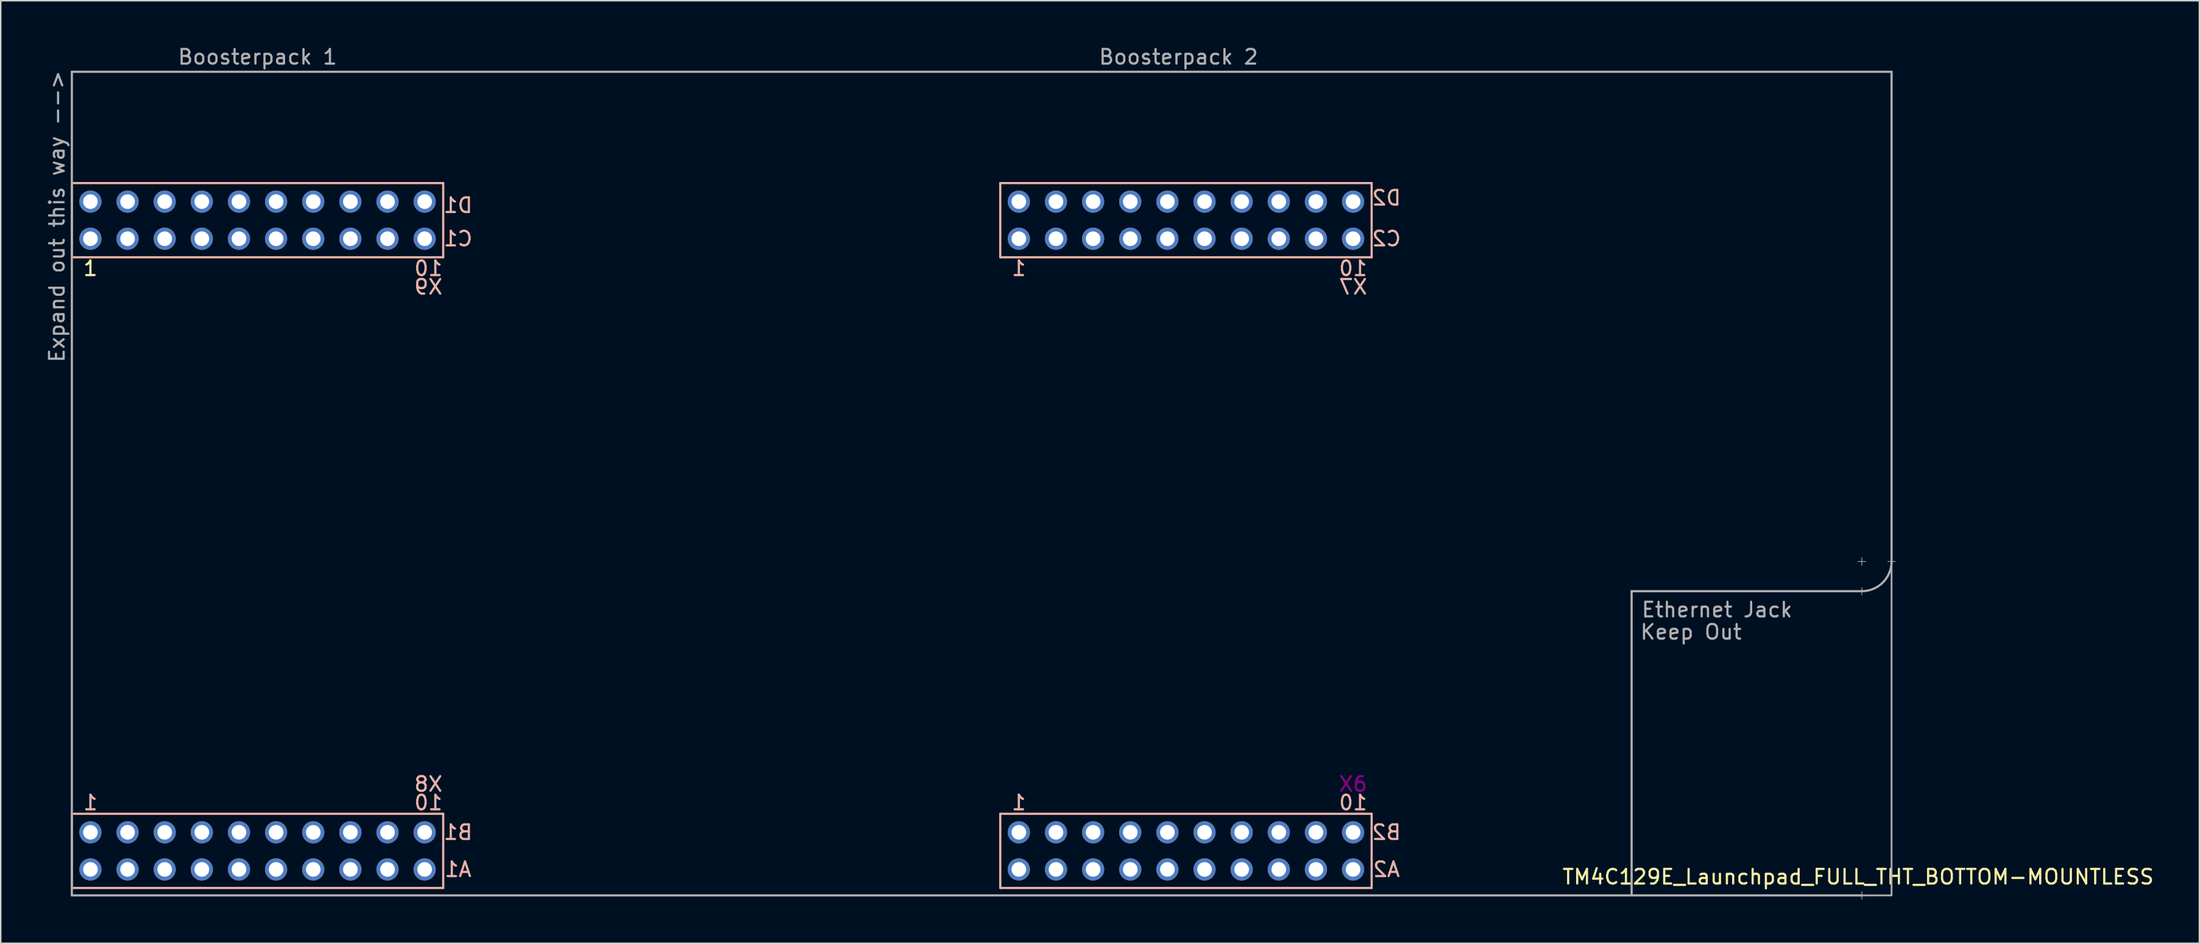
<source format=kicad_pcb>
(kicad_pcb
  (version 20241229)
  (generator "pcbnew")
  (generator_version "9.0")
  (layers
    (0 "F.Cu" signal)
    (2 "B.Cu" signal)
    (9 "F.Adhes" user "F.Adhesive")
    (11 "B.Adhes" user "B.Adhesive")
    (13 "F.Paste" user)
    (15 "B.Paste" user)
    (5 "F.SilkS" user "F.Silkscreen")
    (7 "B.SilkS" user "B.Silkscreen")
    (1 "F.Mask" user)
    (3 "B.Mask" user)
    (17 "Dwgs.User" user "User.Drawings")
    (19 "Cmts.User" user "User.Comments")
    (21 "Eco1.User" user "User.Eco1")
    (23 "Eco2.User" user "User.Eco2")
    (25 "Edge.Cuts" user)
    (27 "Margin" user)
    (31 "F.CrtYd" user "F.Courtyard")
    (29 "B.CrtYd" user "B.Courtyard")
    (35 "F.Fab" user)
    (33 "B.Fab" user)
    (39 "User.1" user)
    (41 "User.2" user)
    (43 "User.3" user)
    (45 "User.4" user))
  (footprint "TM4C129E_Launchpad_FULL_THT_BOTTOM-MOUNTLESS"
    (layer "F.Cu")
    (at 1.864 57.744)
    (property "Reference" "TM4C129E_Launchpad_FULL_THT_BOTTOM-MOUNTLESS" (at 122.174 -0.762 180) (layer "F.SilkS") (effects (font (size 1 1) (thickness 0.15))))
    (attr through_hole)
    (fp_line (start 0 -48.26) (end 0 -43.18) (stroke (width 0.15) (type solid)) (layer "B.SilkS"))
    (fp_line (start 0 -43.18) (end 25.4 -43.18) (stroke (width 0.15) (type solid)) (layer "B.SilkS"))
    (fp_line (start 0 -5.08) (end 0 0) (stroke (width 0.15) (type solid)) (layer "B.SilkS"))
    (fp_line (start 0 0) (end 25.4 0) (stroke (width 0.15) (type solid)) (layer "B.SilkS"))
    (fp_line (start 25.4 -48.26) (end 0 -48.26) (stroke (width 0.15) (type solid)) (layer "B.SilkS"))
    (fp_line (start 25.4 -43.18) (end 25.4 -48.26) (stroke (width 0.15) (type solid)) (layer "B.SilkS"))
    (fp_line (start 25.4 -5.08) (end 0 -5.08) (stroke (width 0.15) (type solid)) (layer "B.SilkS"))
    (fp_line (start 25.4 0) (end 25.4 -5.08) (stroke (width 0.15) (type solid)) (layer "B.SilkS"))
    (fp_line (start 63.5 -48.26) (end 63.5 -43.18) (stroke (width 0.15) (type solid)) (layer "B.SilkS"))
    (fp_line (start 63.5 -43.18) (end 88.9 -43.18) (stroke (width 0.15) (type solid)) (layer "B.SilkS"))
    (fp_line (start 63.5 -5.08) (end 63.5 0) (stroke (width 0.15) (type solid)) (layer "B.SilkS"))
    (fp_line (start 63.5 0) (end 88.9 0) (stroke (width 0.15) (type solid)) (layer "B.SilkS"))
    (fp_line (start 88.9 -48.26) (end 63.5 -48.26) (stroke (width 0.15) (type solid)) (layer "B.SilkS"))
    (fp_line (start 88.9 -43.18) (end 88.9 -48.26) (stroke (width 0.15) (type solid)) (layer "B.SilkS"))
    (fp_line (start 88.9 -5.08) (end 63.5 -5.08) (stroke (width 0.15) (type solid)) (layer "B.SilkS"))
    (fp_line (start 88.9 0) (end 88.9 -5.08) (stroke (width 0.15) (type solid)) (layer "B.SilkS"))
    (fp_line (start 0 -55.88) (end 0 0.508) (stroke (width 0.15) (type solid)) (layer "F.Fab"))
    (fp_line (start 0 -55.88) (end 124.46 -55.88) (stroke (width 0.15) (type solid)) (layer "F.Fab"))
    (fp_line (start 0 0.508) (end 122.428 0.508) (stroke (width 0.15) (type solid)) (layer "F.Fab"))
    (fp_line (start 106.68 -20.32) (end 106.68 0.508) (stroke (width 0.15) (type solid)) (layer "F.Fab"))
    (fp_line (start 122.174 -22.352) (end 122.682 -22.352) (stroke (width 0.05) (type solid)) (layer "F.Fab"))
    (fp_line (start 122.428 -22.606) (end 122.428 -22.098) (stroke (width 0.05) (type solid)) (layer "F.Fab"))
    (fp_line (start 122.428 -20.574) (end 122.428 -20.066) (stroke (width 0.05) (type solid)) (layer "F.Fab"))
    (fp_line (start 122.428 -20.32) (end 106.68 -20.32) (stroke (width 0.15) (type solid)) (layer "F.Fab"))
    (fp_line (start 122.428 0.254) (end 122.428 0.762) (stroke (width 0.05) (type solid)) (layer "F.Fab"))
    (fp_line (start 124.206 -22.352) (end 124.714 -22.352) (stroke (width 0.05) (type solid)) (layer "F.Fab"))
    (fp_line (start 124.46 -55.88) (end 124.46 -22.352) (stroke (width 0.15) (type solid)) (layer "F.Fab"))
    (fp_line (start 124.46 -22.352) (end 124.46 0.508) (stroke (width 0.12) (type solid)) (layer "F.Fab"))
    (fp_line (start 124.46 0.508) (end 122.428 0.508) (stroke (width 0.12) (type solid)) (layer "F.Fab"))
    (fp_arc (start 124.46 -22.352) (mid 123.864841 -20.915159) (end 122.428 -20.32) (stroke (width 0.15) (type solid)) (layer "F.Fab"))
    (fp_text user "1" (at 1.27 -42.418 180) (layer "F.SilkS") (effects (font (size 1 1) (thickness 0.15))))
    (fp_text user "10" (at 87.63 -5.842 180) (layer "B.SilkS") (effects (font (size 1 1) (thickness 0.15)) (justify mirror)))
    (fp_text user "X7" (at 87.63 -41.148 180) (layer "B.SilkS") (effects (font (size 1 1) (thickness 0.15)) (justify mirror)))
    (fp_text user "B1" (at 26.416 -3.81 180) (layer "B.SilkS") (effects (font (size 1 1) (thickness 0.15)) (justify mirror)))
    (fp_text user "A2" (at 89.916 -1.27 180) (layer "B.SilkS") (effects (font (size 1 1) (thickness 0.15)) (justify mirror)))
    (fp_text user "1" (at 64.77 -5.842 180) (layer "B.SilkS") (effects (font (size 1 1) (thickness 0.15)) (justify mirror)))
    (fp_text user "D1" (at 26.416 -46.736 180) (layer "B.SilkS") (effects (font (size 1 1) (thickness 0.15)) (justify mirror)))
    (fp_text user "10" (at 87.63 -42.418 180) (layer "B.SilkS") (effects (font (size 1 1) (thickness 0.15)) (justify mirror)))
    (fp_text user "A1" (at 26.416 -1.27 180) (layer "B.SilkS") (effects (font (size 1 1) (thickness 0.15)) (justify mirror)))
    (fp_text user "X9" (at 24.384 -41.148 180) (layer "B.SilkS") (effects (font (size 1 1) (thickness 0.15)) (justify mirror)))
    (fp_text user "10" (at 24.384 -5.842 180) (layer "B.SilkS") (effects (font (size 1 1) (thickness 0.15)) (justify mirror)))
    (fp_text user "B2" (at 89.916 -3.81 180) (layer "B.SilkS") (effects (font (size 1 1) (thickness 0.15)) (justify mirror)))
    (fp_text user "1" (at 1.27 -5.842 180) (layer "B.SilkS") (effects (font (size 1 1) (thickness 0.15)) (justify mirror)))
    (fp_text user "C2" (at 89.916 -44.45 180) (layer "B.SilkS") (effects (font (size 1 1) (thickness 0.15)) (justify mirror)))
    (fp_text user "1" (at 64.77 -42.418 180) (layer "B.SilkS") (effects (font (size 1 1) (thickness 0.15)) (justify mirror)))
    (fp_text user "C1" (at 26.416 -44.45 180) (layer "B.SilkS") (effects (font (size 1 1) (thickness 0.15)) (justify mirror)))
    (fp_text user "X8" (at 24.384 -7.112 180) (layer "B.SilkS") (effects (font (size 1 1) (thickness 0.15)) (justify mirror)))
    (fp_text user "D2" (at 89.916 -47.244 0) (layer "B.SilkS") (effects (font (size 1 1) (thickness 0.15)) (justify mirror)))
    (fp_text user "10" (at 24.384 -42.418 180) (layer "B.SilkS") (effects (font (size 1 1) (thickness 0.15)) (justify mirror)))
    (fp_text user "X6" (at 87.63 -7.112 0) (layer "F.Adhes") (effects (font (size 1 1) (thickness 0.15))))
    (fp_text user "Expand out this way -->" (at -1.016 -45.974 90) (layer "F.Fab") (effects (font (size 1 1) (thickness 0.15))))
    (fp_text user "Boosterpack 2" (at 75.692 -56.896 0) (layer "F.Fab") (effects (font (size 1 1) (thickness 0.15))))
    (fp_text user "Keep Out" (at 110.744 -17.526 0) (layer "F.Fab") (effects (font (size 1 1) (thickness 0.15))))
    (fp_text user "Ethernet Jack" (at 112.522 -19.05 0) (layer "F.Fab") (effects (font (size 1 1) (thickness 0.15))))
    (fp_text user "Boosterpack 1" (at 12.7 -56.896 0) (layer "F.Fab") (effects (font (size 1 1) (thickness 0.15))))
    (pad "+3V3" thru_hole circle (at 1.27 -1.27 180) (size 1.52 1.52) (drill 1) (layers "*.Cu" "*.Mask" "F.Paste"))
    (pad "+3V3`" thru_hole circle (at 64.77 -1.27 180) (size 1.52 1.52) (drill 1) (layers "*.Cu" "*.Mask" "F.Paste"))
    (pad "+5V" thru_hole circle (at 1.27 -3.81 180) (size 1.52 1.52) (drill 1) (layers "*.Cu" "*.Mask" "F.Paste"))
    (pad "+5V`" thru_hole circle (at 64.77 -3.81 180) (size 1.52 1.52) (drill 1) (layers "*.Cu" "*.Mask" "F.Paste"))
    (pad "GND" thru_hole circle (at 1.27 -46.99 180) (size 1.52 1.52) (drill 1) (layers "*.Cu" "*.Mask" "F.Paste"))
    (pad "GND" thru_hole circle (at 3.81 -3.81 180) (size 1.52 1.52) (drill 1) (layers "*.Cu" "*.Mask" "F.Paste"))
    (pad "GND" thru_hole circle (at 64.77 -46.99 180) (size 1.52 1.52) (drill 1) (layers "*.Cu" "*.Mask" "F.Paste"))
    (pad "GND" thru_hole circle (at 67.31 -3.81 180) (size 1.52 1.52) (drill 1) (layers "*.Cu" "*.Mask" "F.Paste"))
    (pad "PA4" thru_hole circle (at 85.09 -3.81 180) (size 1.52 1.52) (drill 1) (layers "*.Cu" "*.Mask" "F.Paste"))
    (pad "PA5" thru_hole circle (at 87.63 -3.81 180) (size 1.52 1.52) (drill 1) (layers "*.Cu" "*.Mask" "F.Paste"))
    (pad "PA6" thru_hole circle (at 19.05 -3.81 180) (size 1.52 1.52) (drill 1) (layers "*.Cu" "*.Mask" "F.Paste"))
    (pad "PA7" thru_hole circle (at 72.39 -46.99 180) (size 1.52 1.52) (drill 1) (layers "*.Cu" "*.Mask" "F.Paste"))
    (pad "PB2" thru_hole circle (at 21.59 -1.27 180) (size 1.52 1.52) (drill 1) (layers "*.Cu" "*.Mask" "F.Paste"))
    (pad "PB3" thru_hole circle (at 24.13 -1.27 180) (size 1.52 1.52) (drill 1) (layers "*.Cu" "*.Mask" "F.Paste"))
    (pad "PB4" thru_hole circle (at 69.85 -3.81 180) (size 1.52 1.52) (drill 1) (layers "*.Cu" "*.Mask" "F.Paste"))
    (pad "PB5" thru_hole circle (at 72.39 -3.81 180) (size 1.52 1.52) (drill 1) (layers "*.Cu" "*.Mask" "F.Paste"))
    (pad "PC4" thru_hole circle (at 6.35 -1.27 180) (size 1.52 1.52) (drill 1) (layers "*.Cu" "*.Mask" "F.Paste"))
    (pad "PC5" thru_hole circle (at 8.89 -1.27 180) (size 1.52 1.52) (drill 1) (layers "*.Cu" "*.Mask" "F.Paste"))
    (pad "PC6" thru_hole circle (at 11.43 -1.27 180) (size 1.52 1.52) (drill 1) (layers "*.Cu" "*.Mask" "F.Paste"))
    (pad "PC7" thru_hole circle (at 19.05 -1.27 180) (size 1.52 1.52) (drill 1) (layers "*.Cu" "*.Mask" "F.Paste"))
    (pad "PD0" thru_hole circle (at 16.51 -46.99 180) (size 1.52 1.52) (drill 1) (layers "*.Cu" "*.Mask" "F.Paste"))
    (pad "PD1" thru_hole circle (at 13.97 -46.99 180) (size 1.52 1.52) (drill 1) (layers "*.Cu" "*.Mask" "F.Paste"))
    (pad "PD2" thru_hole circle (at 67.31 -1.27 180) (size 1.52 1.52) (drill 1) (layers "*.Cu" "*.Mask" "F.Paste"))
    (pad "PD3" thru_hole circle (at 16.51 -1.27 180) (size 1.52 1.52) (drill 1) (layers "*.Cu" "*.Mask" "F.Paste"))
    (pad "PD4" thru_hole circle (at 74.93 -1.27 180) (size 1.52 1.52) (drill 1) (layers "*.Cu" "*.Mask" "F.Paste"))
    (pad "PD5" thru_hole circle (at 77.47 -1.27 180) (size 1.52 1.52) (drill 1) (layers "*.Cu" "*.Mask" "F.Paste"))
    (pad "PD7" thru_hole circle (at 16.51 -3.81 180) (size 1.52 1.52) (drill 1) (layers "*.Cu" "*.Mask" "F.Paste"))
    (pad "PE0" thru_hole circle (at 6.35 -3.81 180) (size 1.52 1.52) (drill 1) (layers "*.Cu" "*.Mask" "F.Paste"))
    (pad "PE1" thru_hole circle (at 8.89 -3.81 180) (size 1.52 1.52) (drill 1) (layers "*.Cu" "*.Mask" "F.Paste"))
    (pad "PE2" thru_hole circle (at 11.43 -3.81 180) (size 1.52 1.52) (drill 1) (layers "*.Cu" "*.Mask" "F.Paste"))
    (pad "PE3" thru_hole circle (at 13.97 -3.81 180) (size 1.52 1.52) (drill 1) (layers "*.Cu" "*.Mask" "F.Paste"))
    (pad "PE4" thru_hole circle (at 3.81 -1.27 180) (size 1.52 1.52) (drill 1) (layers "*.Cu" "*.Mask" "F.Paste"))
    (pad "PE5" thru_hole circle (at 13.97 -1.27 180) (size 1.52 1.52) (drill 1) (layers "*.Cu" "*.Mask" "F.Paste"))
    (pad "PF1" thru_hole circle (at 1.27 -44.45 180) (size 1.52 1.52) (drill 1) (layers "*.Cu" "*.Mask" "F.Paste"))
    (pad "PF2" thru_hole circle (at 3.81 -44.45 180) (size 1.52 1.52) (drill 1) (layers "*.Cu" "*.Mask" "F.Paste"))
    (pad "PF3" thru_hole circle (at 6.35 -44.45 180) (size 1.52 1.52) (drill 1) (layers "*.Cu" "*.Mask" "F.Paste"))
    (pad "PG0" thru_hole circle (at 8.89 -44.45 180) (size 1.52 1.52) (drill 1) (layers "*.Cu" "*.Mask" "F.Paste"))
    (pad "PG1" thru_hole circle (at 64.77 -44.45 180) (size 1.52 1.52) (drill 1) (layers "*.Cu" "*.Mask" "F.Paste"))
    (pad "PH0" thru_hole circle (at 80.01 -44.45 180) (size 1.52 1.52) (drill 1) (layers "*.Cu" "*.Mask" "F.Paste"))
    (pad "PH1" thru_hole circle (at 82.55 -44.45 180) (size 1.52 1.52) (drill 1) (layers "*.Cu" "*.Mask" "F.Paste"))
    (pad "PH2" thru_hole circle (at 6.35 -46.99 180) (size 1.52 1.52) (drill 1) (layers "*.Cu" "*.Mask" "F.Paste"))
    (pad "PH3" thru_hole circle (at 8.89 -46.99 180) (size 1.52 1.52) (drill 1) (layers "*.Cu" "*.Mask" "F.Paste"))
    (pad "PK0" thru_hole circle (at 74.93 -3.81 180) (size 1.52 1.52) (drill 1) (layers "*.Cu" "*.Mask" "F.Paste"))
    (pad "PK1" thru_hole circle (at 77.47 -3.81 180) (size 1.52 1.52) (drill 1) (layers "*.Cu" "*.Mask" "F.Paste"))
    (pad "PK2" thru_hole circle (at 80.01 -3.81 180) (size 1.52 1.52) (drill 1) (layers "*.Cu" "*.Mask" "F.Paste"))
    (pad "PK3" thru_hole circle (at 82.55 -3.81 180) (size 1.52 1.52) (drill 1) (layers "*.Cu" "*.Mask" "F.Paste"))
    (pad "PK4" thru_hole circle (at 67.31 -44.45 180) (size 1.52 1.52) (drill 1) (layers "*.Cu" "*.Mask" "F.Paste"))
    (pad "PK5" thru_hole circle (at 69.85 -44.45 180) (size 1.52 1.52) (drill 1) (layers "*.Cu" "*.Mask" "F.Paste"))
    (pad "PK6" thru_hole circle (at 85.09 -44.45 180) (size 1.52 1.52) (drill 1) (layers "*.Cu" "*.Mask" "F.Paste"))
    (pad "PK7" thru_hole circle (at 87.63 -44.45 180) (size 1.52 1.52) (drill 1) (layers "*.Cu" "*.Mask" "F.Paste"))
    (pad "PL0" thru_hole circle (at 16.51 -44.45 180) (size 1.52 1.52) (drill 1) (layers "*.Cu" "*.Mask" "F.Paste"))
    (pad "PL1" thru_hole circle (at 19.05 -44.45 180) (size 1.52 1.52) (drill 1) (layers "*.Cu" "*.Mask" "F.Paste"))
    (pad "PL2" thru_hole circle (at 21.59 -44.45 180) (size 1.52 1.52) (drill 1) (layers "*.Cu" "*.Mask" "F.Paste"))
    (pad "PL3" thru_hole circle (at 24.13 -44.45 180) (size 1.52 1.52) (drill 1) (layers "*.Cu" "*.Mask" "F.Paste"))
    (pad "PL4" thru_hole circle (at 11.43 -44.45 180) (size 1.52 1.52) (drill 1) (layers "*.Cu" "*.Mask" "F.Paste"))
    (pad "PL5" thru_hole circle (at 13.97 -44.45 180) (size 1.52 1.52) (drill 1) (layers "*.Cu" "*.Mask" "F.Paste"))
    (pad "PM0" thru_hole circle (at 72.39 -44.45 180) (size 1.52 1.52) (drill 1) (layers "*.Cu" "*.Mask" "F.Paste"))
    (pad "PM1" thru_hole circle (at 74.93 -44.45 180) (size 1.52 1.52) (drill 1) (layers "*.Cu" "*.Mask" "F.Paste"))
    (pad "PM2" thru_hole circle (at 77.47 -44.45 180) (size 1.52 1.52) (drill 1) (layers "*.Cu" "*.Mask" "F.Paste"))
    (pad "PM3" thru_hole circle (at 3.81 -46.99 180) (size 1.52 1.52) (drill 1) (layers "*.Cu" "*.Mask" "F.Paste"))
    (pad "PM4" thru_hole circle (at 21.59 -3.81 180) (size 1.52 1.52) (drill 1) (layers "*.Cu" "*.Mask" "F.Paste"))
    (pad "PM5" thru_hole circle (at 24.13 -3.81 180) (size 1.52 1.52) (drill 1) (layers "*.Cu" "*.Mask" "F.Paste"))
    (pad "PM6" thru_hole circle (at 87.63 -46.99 180) (size 1.52 1.52) (drill 1) (layers "*.Cu" "*.Mask" "F.Paste"))
    (pad "PM7" thru_hole circle (at 67.31 -46.99 180) (size 1.52 1.52) (drill 1) (layers "*.Cu" "*.Mask" "F.Paste"))
    (pad "PN2" thru_hole circle (at 19.05 -46.99 180) (size 1.52 1.52) (drill 1) (layers "*.Cu" "*.Mask" "F.Paste"))
    (pad "PN3" thru_hole circle (at 21.59 -46.99 180) (size 1.52 1.52) (drill 1) (layers "*.Cu" "*.Mask" "F.Paste"))
    (pad "PN4" thru_hole circle (at 87.63 -1.27 180) (size 1.52 1.52) (drill 1) (layers "*.Cu" "*.Mask" "F.Paste"))
    (pad "PN5" thru_hole circle (at 85.09 -1.27 180) (size 1.52 1.52) (drill 1) (layers "*.Cu" "*.Mask" "F.Paste"))
    (pad "PP0" thru_hole circle (at 69.85 -1.27 180) (size 1.52 1.52) (drill 1) (layers "*.Cu" "*.Mask" "F.Paste"))
    (pad "PP1" thru_hole circle (at 72.39 -1.27 180) (size 1.52 1.52) (drill 1) (layers "*.Cu" "*.Mask" "F.Paste"))
    (pad "PP2" thru_hole circle (at 24.13 -46.99 180) (size 1.52 1.52) (drill 1) (layers "*.Cu" "*.Mask" "F.Paste"))
    (pad "PP3" thru_hole circle (at 82.55 -46.99 180) (size 1.52 1.52) (drill 1) (layers "*.Cu" "*.Mask" "F.Paste"))
    (pad "PP4" thru_hole circle (at 82.55 -1.27 180) (size 1.52 1.52) (drill 1) (layers "*.Cu" "*.Mask" "F.Paste"))
    (pad "PP5" thru_hole circle (at 69.85 -46.99 180) (size 1.52 1.52) (drill 1) (layers "*.Cu" "*.Mask" "F.Paste"))
    (pad "PQ0" thru_hole circle (at 80.01 -1.27 180) (size 1.52 1.52) (drill 1) (layers "*.Cu" "*.Mask" "F.Paste"))
    (pad "PQ1" thru_hole circle (at 85.09 -46.99 180) (size 1.52 1.52) (drill 1) (layers "*.Cu" "*.Mask" "F.Paste"))
    (pad "PQ2" thru_hole circle (at 77.47 -46.99 180) (size 1.52 1.52) (drill 1) (layers "*.Cu" "*.Mask" "F.Paste"))
    (pad "PQ3" thru_hole circle (at 80.01 -46.99 180) (size 1.52 1.52) (drill 1) (layers "*.Cu" "*.Mask" "F.Paste"))
    (pad "Rese" thru_hole circle (at 11.43 -46.99 180) (size 1.52 1.52) (drill 1) (layers "*.Cu" "*.Mask" "F.Paste"))
    (pad "Rese`" thru_hole circle (at 74.93 -46.99 180) (size 1.52 1.52) (drill 1) (layers "*.Cu" "*.Mask" "F.Paste")))
  (gr_rect
    (start -3 -3)
    (end 147.378 61.531)
    (stroke (width 0.1) (type default))
    (fill no)
    (layer "Edge.Cuts")))
</source>
